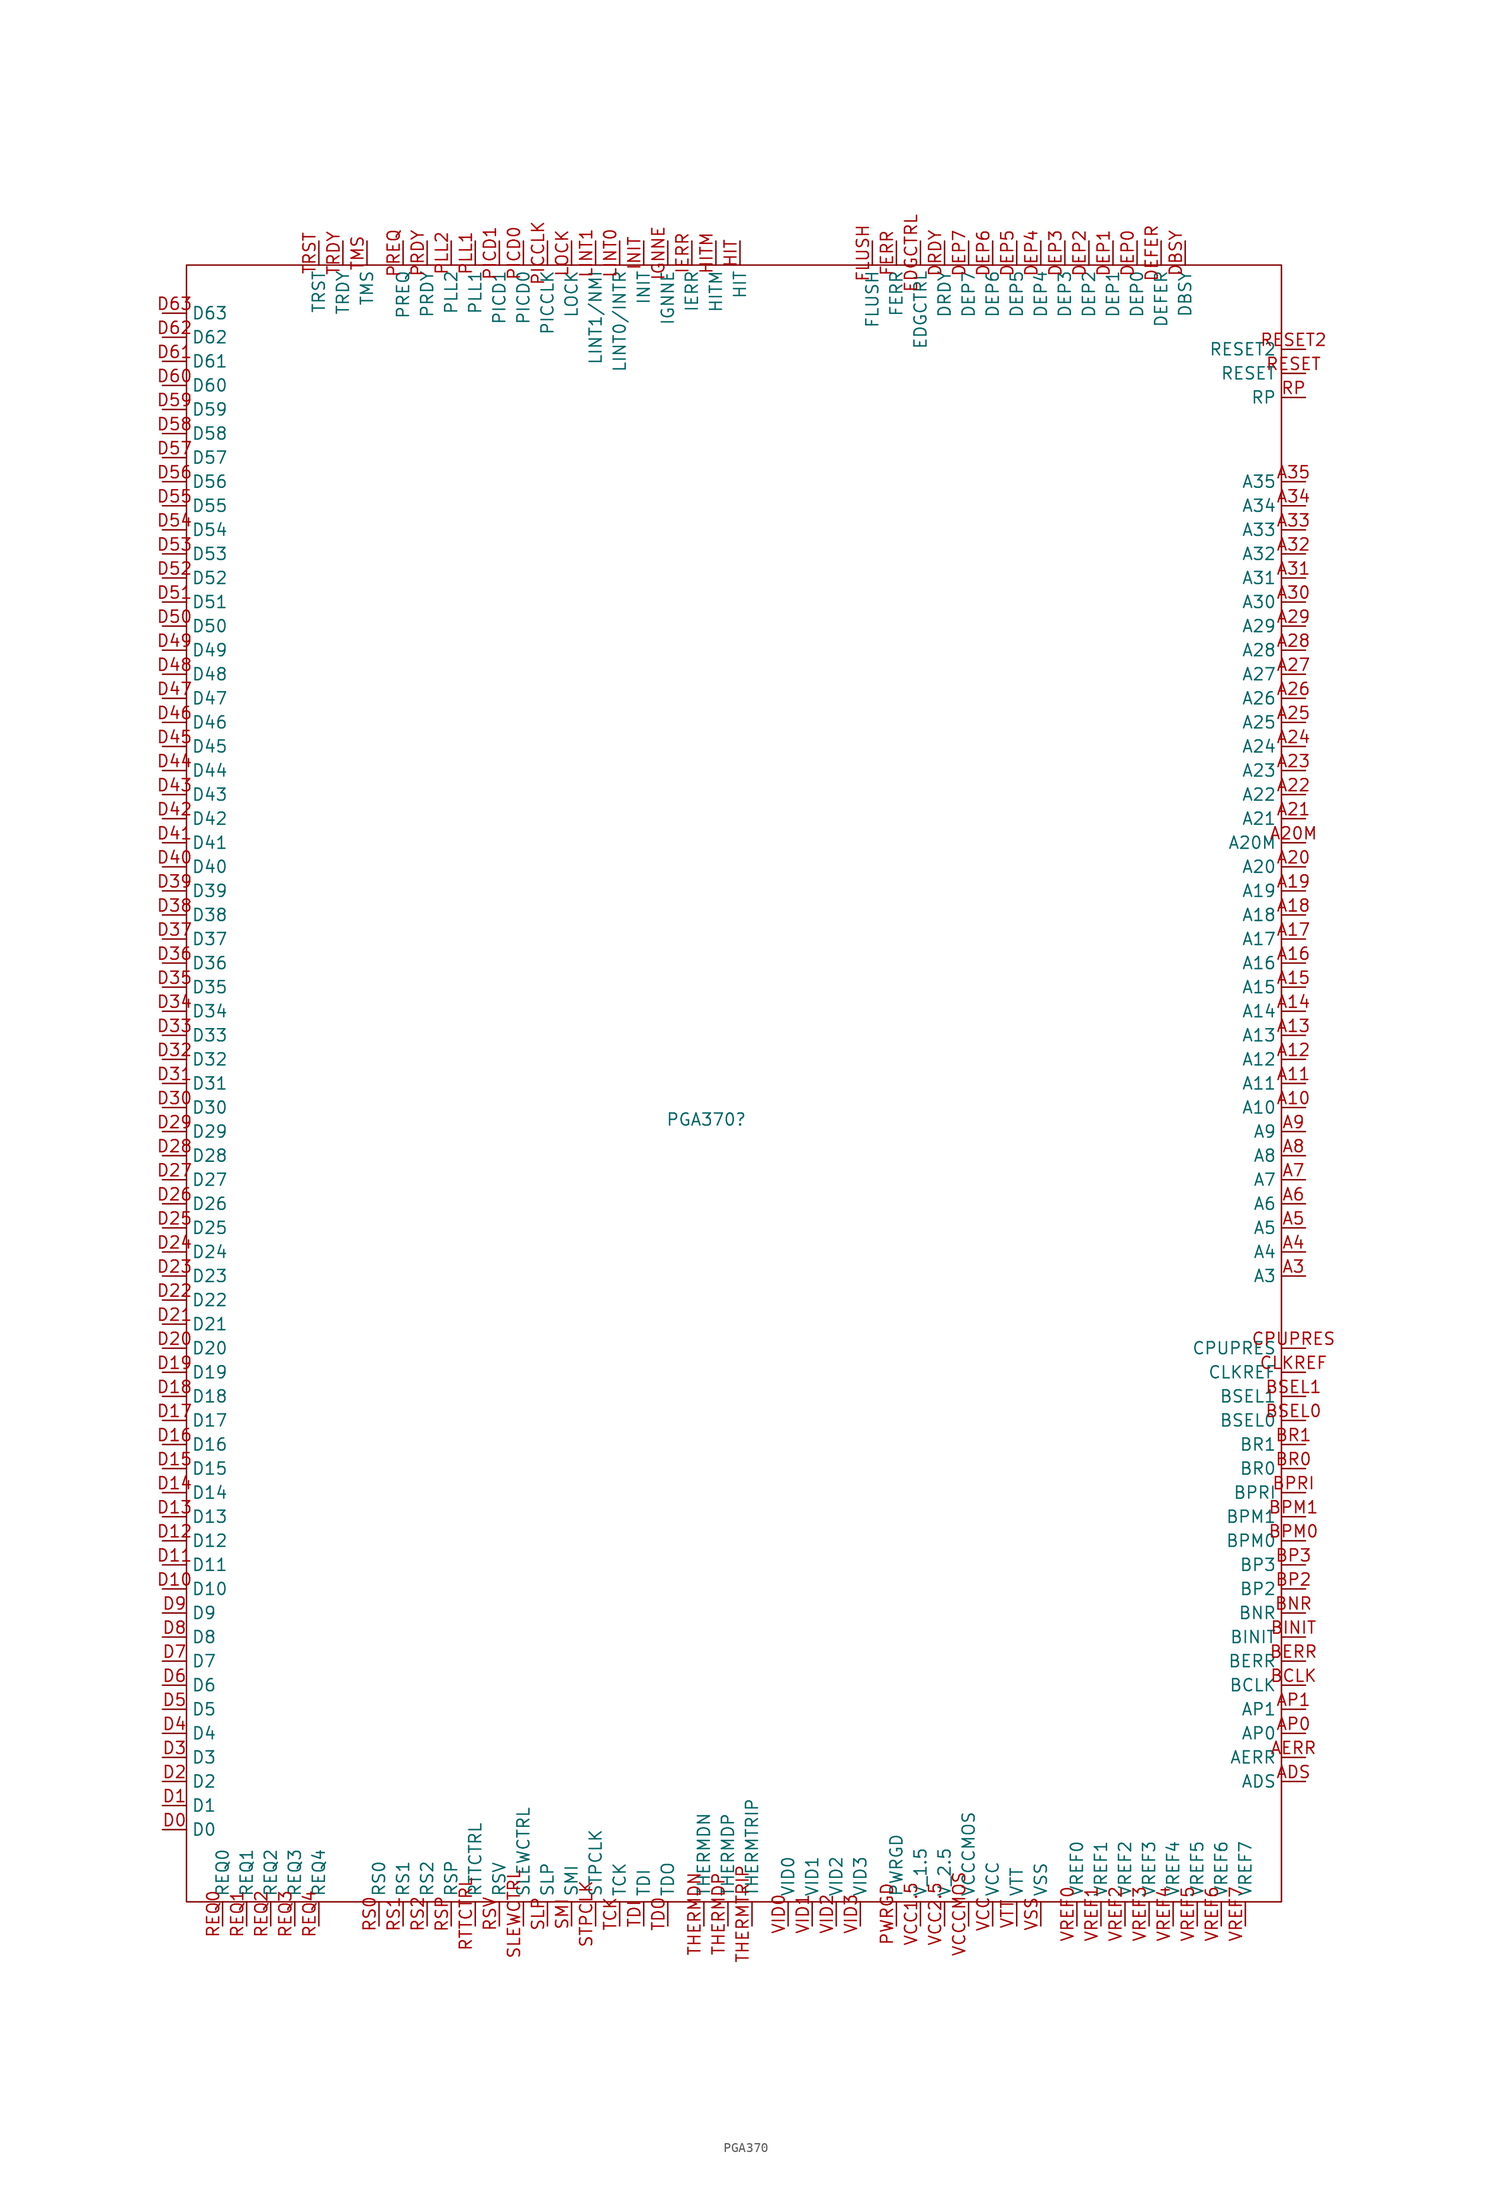
<source format=kicad_sym>
(kicad_symbol_lib
  (version 20231120)
  (generator "kicad_symbol_editor")
  (generator_version "8.0")
  (symbol "PGA370"
    (property "Reference" "PGA370"
      (at -26.416 11.43 0)
      (effects (font (size 1.27 1.27))))
    (property "Value" ""
      (at 19.685 27.305 90)
      (effects (font (size 1.27 1.27))))
    (symbol "PGA370_0_1"
      (rectangle (start -81.28 101.6) (end 34.29 -71.12) (stroke (width 0) (type default)) (fill (type none))))
    (symbol "PGA370_1_1"
      (pin input line (at 36.83 12.7 180) (length 2.54) (name "A10" (effects (font (size 1.27 1.27)))) (number "A10" (effects (font (size 1.27 1.27)))))
      (pin input line (at 36.83 15.24 180) (length 2.54) (name "A11" (effects (font (size 1.27 1.27)))) (number "A11" (effects (font (size 1.27 1.27)))))
      (pin input line (at 36.83 17.78 180) (length 2.54) (name "A12" (effects (font (size 1.27 1.27)))) (number "A12" (effects (font (size 1.27 1.27)))))
      (pin input line (at 36.83 20.32 180) (length 2.54) (name "A13" (effects (font (size 1.27 1.27)))) (number "A13" (effects (font (size 1.27 1.27)))))
      (pin input line (at 36.83 22.86 180) (length 2.54) (name "A14" (effects (font (size 1.27 1.27)))) (number "A14" (effects (font (size 1.27 1.27)))))
      (pin input line (at 36.83 25.4 180) (length 2.54) (name "A15" (effects (font (size 1.27 1.27)))) (number "A15" (effects (font (size 1.27 1.27)))))
      (pin input line (at 36.83 27.94 180) (length 2.54) (name "A16" (effects (font (size 1.27 1.27)))) (number "A16" (effects (font (size 1.27 1.27)))))
      (pin input line (at 36.83 30.48 180) (length 2.54) (name "A17" (effects (font (size 1.27 1.27)))) (number "A17" (effects (font (size 1.27 1.27)))))
      (pin input line (at 36.83 33.02 180) (length 2.54) (name "A18" (effects (font (size 1.27 1.27)))) (number "A18" (effects (font (size 1.27 1.27)))))
      (pin input line (at 36.83 35.56 180) (length 2.54) (name "A19" (effects (font (size 1.27 1.27)))) (number "A19" (effects (font (size 1.27 1.27)))))
      (pin input line (at 36.83 38.1 180) (length 2.54) (name "A20" (effects (font (size 1.27 1.27)))) (number "A20" (effects (font (size 1.27 1.27)))))
      (pin input line (at 36.83 40.64 180) (length 2.54) (name "A20M" (effects (font (size 1.27 1.27)))) (number "A20M" (effects (font (size 1.27 1.27)))))
      (pin input line (at 36.83 43.18 180) (length 2.54) (name "A21" (effects (font (size 1.27 1.27)))) (number "A21" (effects (font (size 1.27 1.27)))))
      (pin input line (at 36.83 45.72 180) (length 2.54) (name "A22" (effects (font (size 1.27 1.27)))) (number "A22" (effects (font (size 1.27 1.27)))))
      (pin input line (at 36.83 48.26 180) (length 2.54) (name "A23" (effects (font (size 1.27 1.27)))) (number "A23" (effects (font (size 1.27 1.27)))))
      (pin input line (at 36.83 50.8 180) (length 2.54) (name "A24" (effects (font (size 1.27 1.27)))) (number "A24" (effects (font (size 1.27 1.27)))))
      (pin input line (at 36.83 53.34 180) (length 2.54) (name "A25" (effects (font (size 1.27 1.27)))) (number "A25" (effects (font (size 1.27 1.27)))))
      (pin input line (at 36.83 55.88 180) (length 2.54) (name "A26" (effects (font (size 1.27 1.27)))) (number "A26" (effects (font (size 1.27 1.27)))))
      (pin input line (at 36.83 58.42 180) (length 2.54) (name "A27" (effects (font (size 1.27 1.27)))) (number "A27" (effects (font (size 1.27 1.27)))))
      (pin input line (at 36.83 60.96 180) (length 2.54) (name "A28" (effects (font (size 1.27 1.27)))) (number "A28" (effects (font (size 1.27 1.27)))))
      (pin input line (at 36.83 63.5 180) (length 2.54) (name "A29" (effects (font (size 1.27 1.27)))) (number "A29" (effects (font (size 1.27 1.27)))))
      (pin input line (at 36.83 -5.08 180) (length 2.54) (name "A3" (effects (font (size 1.27 1.27)))) (number "A3" (effects (font (size 1.27 1.27)))))
      (pin input line (at 36.83 66.04 180) (length 2.54) (name "A30" (effects (font (size 1.27 1.27)))) (number "A30" (effects (font (size 1.27 1.27)))))
      (pin input line (at 36.83 68.58 180) (length 2.54) (name "A31" (effects (font (size 1.27 1.27)))) (number "A31" (effects (font (size 1.27 1.27)))))
      (pin input line (at 36.83 71.12 180) (length 2.54) (name "A32" (effects (font (size 1.27 1.27)))) (number "A32" (effects (font (size 1.27 1.27)))))
      (pin input line (at 36.83 73.66 180) (length 2.54) (name "A33" (effects (font (size 1.27 1.27)))) (number "A33" (effects (font (size 1.27 1.27)))))
      (pin input line (at 36.83 76.2 180) (length 2.54) (name "A34" (effects (font (size 1.27 1.27)))) (number "A34" (effects (font (size 1.27 1.27)))))
      (pin input line (at 36.83 78.74 180) (length 2.54) (name "A35" (effects (font (size 1.27 1.27)))) (number "A35" (effects (font (size 1.27 1.27)))))
      (pin input line (at 36.83 -2.54 180) (length 2.54) (name "A4" (effects (font (size 1.27 1.27)))) (number "A4" (effects (font (size 1.27 1.27)))))
      (pin input line (at 36.83 0 180) (length 2.54) (name "A5" (effects (font (size 1.27 1.27)))) (number "A5" (effects (font (size 1.27 1.27)))))
      (pin input line (at 36.83 2.54 180) (length 2.54) (name "A6" (effects (font (size 1.27 1.27)))) (number "A6" (effects (font (size 1.27 1.27)))))
      (pin input line (at 36.83 5.08 180) (length 2.54) (name "A7" (effects (font (size 1.27 1.27)))) (number "A7" (effects (font (size 1.27 1.27)))))
      (pin input line (at 36.83 7.62 180) (length 2.54) (name "A8" (effects (font (size 1.27 1.27)))) (number "A8" (effects (font (size 1.27 1.27)))))
      (pin input line (at 36.83 10.16 180) (length 2.54) (name "A9" (effects (font (size 1.27 1.27)))) (number "A9" (effects (font (size 1.27 1.27)))))
      (pin input line (at 36.83 -58.42 180) (length 2.54) (name "ADS" (effects (font (size 1.27 1.27)))) (number "ADS" (effects (font (size 1.27 1.27)))))
      (pin input line (at 36.83 -55.88 180) (length 2.54) (name "AERR" (effects (font (size 1.27 1.27)))) (number "AERR" (effects (font (size 1.27 1.27)))))
      (pin input line (at 36.83 -53.34 180) (length 2.54) (name "AP0" (effects (font (size 1.27 1.27)))) (number "AP0" (effects (font (size 1.27 1.27)))))
      (pin input line (at 36.83 -50.8 180) (length 2.54) (name "AP1" (effects (font (size 1.27 1.27)))) (number "AP1" (effects (font (size 1.27 1.27)))))
      (pin input line (at 36.83 -48.26 180) (length 2.54) (name "BCLK" (effects (font (size 1.27 1.27)))) (number "BCLK" (effects (font (size 1.27 1.27)))))
      (pin input line (at 36.83 -45.72 180) (length 2.54) (name "BERR" (effects (font (size 1.27 1.27)))) (number "BERR" (effects (font (size 1.27 1.27)))))
      (pin input line (at 36.83 -43.18 180) (length 2.54) (name "BINIT" (effects (font (size 1.27 1.27)))) (number "BINIT" (effects (font (size 1.27 1.27)))))
      (pin input line (at 36.83 -40.64 180) (length 2.54) (name "BNR" (effects (font (size 1.27 1.27)))) (number "BNR" (effects (font (size 1.27 1.27)))))
      (pin input line (at 36.83 -38.1 180) (length 2.54) (name "BP2" (effects (font (size 1.27 1.27)))) (number "BP2" (effects (font (size 1.27 1.27)))))
      (pin input line (at 36.83 -35.56 180) (length 2.54) (name "BP3" (effects (font (size 1.27 1.27)))) (number "BP3" (effects (font (size 1.27 1.27)))))
      (pin input line (at 36.83 -33.02 180) (length 2.54) (name "BPM0" (effects (font (size 1.27 1.27)))) (number "BPM0" (effects (font (size 1.27 1.27)))))
      (pin input line (at 36.83 -30.48 180) (length 2.54) (name "BPM1" (effects (font (size 1.27 1.27)))) (number "BPM1" (effects (font (size 1.27 1.27)))))
      (pin input line (at 36.83 -27.94 180) (length 2.54) (name "BPRI" (effects (font (size 1.27 1.27)))) (number "BPRI" (effects (font (size 1.27 1.27)))))
      (pin input line (at 36.83 -25.4 180) (length 2.54) (name "BR0" (effects (font (size 1.27 1.27)))) (number "BR0" (effects (font (size 1.27 1.27)))))
      (pin input line (at 36.83 -22.86 180) (length 2.54) (name "BR1" (effects (font (size 1.27 1.27)))) (number "BR1" (effects (font (size 1.27 1.27)))))
      (pin input line (at 36.83 -20.32 180) (length 2.54) (name "BSEL0" (effects (font (size 1.27 1.27)))) (number "BSEL0" (effects (font (size 1.27 1.27)))))
      (pin input line (at 36.83 -17.78 180) (length 2.54) (name "BSEL1" (effects (font (size 1.27 1.27)))) (number "BSEL1" (effects (font (size 1.27 1.27)))))
      (pin input line (at 36.83 -15.24 180) (length 2.54) (name "CLKREF" (effects (font (size 1.27 1.27)))) (number "CLKREF" (effects (font (size 1.27 1.27)))))
      (pin input line (at 36.83 -12.7 180) (length 2.54) (name "CPUPRES" (effects (font (size 1.27 1.27)))) (number "CPUPRES" (effects (font (size 1.27 1.27)))))
      (pin input line (at -83.82 -63.5 0) (length 2.54) (name "D0" (effects (font (size 1.27 1.27)))) (number "D0" (effects (font (size 1.27 1.27)))))
      (pin input line (at -83.82 -60.96 0) (length 2.54) (name "D1" (effects (font (size 1.27 1.27)))) (number "D1" (effects (font (size 1.27 1.27)))))
      (pin input line (at -83.82 -38.1 0) (length 2.54) (name "D10" (effects (font (size 1.27 1.27)))) (number "D10" (effects (font (size 1.27 1.27)))))
      (pin input line (at -83.82 -35.56 0) (length 2.54) (name "D11" (effects (font (size 1.27 1.27)))) (number "D11" (effects (font (size 1.27 1.27)))))
      (pin input line (at -83.82 -33.02 0) (length 2.54) (name "D12" (effects (font (size 1.27 1.27)))) (number "D12" (effects (font (size 1.27 1.27)))))
      (pin input line (at -83.82 -30.48 0) (length 2.54) (name "D13" (effects (font (size 1.27 1.27)))) (number "D13" (effects (font (size 1.27 1.27)))))
      (pin input line (at -83.82 -27.94 0) (length 2.54) (name "D14" (effects (font (size 1.27 1.27)))) (number "D14" (effects (font (size 1.27 1.27)))))
      (pin input line (at -83.82 -25.4 0) (length 2.54) (name "D15" (effects (font (size 1.27 1.27)))) (number "D15" (effects (font (size 1.27 1.27)))))
      (pin input line (at -83.82 -22.86 0) (length 2.54) (name "D16" (effects (font (size 1.27 1.27)))) (number "D16" (effects (font (size 1.27 1.27)))))
      (pin input line (at -83.82 -20.32 0) (length 2.54) (name "D17" (effects (font (size 1.27 1.27)))) (number "D17" (effects (font (size 1.27 1.27)))))
      (pin input line (at -83.82 -17.78 0) (length 2.54) (name "D18" (effects (font (size 1.27 1.27)))) (number "D18" (effects (font (size 1.27 1.27)))))
      (pin input line (at -83.82 -15.24 0) (length 2.54) (name "D19" (effects (font (size 1.27 1.27)))) (number "D19" (effects (font (size 1.27 1.27)))))
      (pin input line (at -83.82 -58.42 0) (length 2.54) (name "D2" (effects (font (size 1.27 1.27)))) (number "D2" (effects (font (size 1.27 1.27)))))
      (pin input line (at -83.82 -12.7 0) (length 2.54) (name "D20" (effects (font (size 1.27 1.27)))) (number "D20" (effects (font (size 1.27 1.27)))))
      (pin input line (at -83.82 -10.16 0) (length 2.54) (name "D21" (effects (font (size 1.27 1.27)))) (number "D21" (effects (font (size 1.27 1.27)))))
      (pin input line (at -83.82 -7.62 0) (length 2.54) (name "D22" (effects (font (size 1.27 1.27)))) (number "D22" (effects (font (size 1.27 1.27)))))
      (pin input line (at -83.82 -5.08 0) (length 2.54) (name "D23" (effects (font (size 1.27 1.27)))) (number "D23" (effects (font (size 1.27 1.27)))))
      (pin input line (at -83.82 -2.54 0) (length 2.54) (name "D24" (effects (font (size 1.27 1.27)))) (number "D24" (effects (font (size 1.27 1.27)))))
      (pin input line (at -83.82 0 0) (length 2.54) (name "D25" (effects (font (size 1.27 1.27)))) (number "D25" (effects (font (size 1.27 1.27)))))
      (pin input line (at -83.82 2.54 0) (length 2.54) (name "D26" (effects (font (size 1.27 1.27)))) (number "D26" (effects (font (size 1.27 1.27)))))
      (pin input line (at -83.82 5.08 0) (length 2.54) (name "D27" (effects (font (size 1.27 1.27)))) (number "D27" (effects (font (size 1.27 1.27)))))
      (pin input line (at -83.82 7.62 0) (length 2.54) (name "D28" (effects (font (size 1.27 1.27)))) (number "D28" (effects (font (size 1.27 1.27)))))
      (pin input line (at -83.82 10.16 0) (length 2.54) (name "D29" (effects (font (size 1.27 1.27)))) (number "D29" (effects (font (size 1.27 1.27)))))
      (pin input line (at -83.82 -55.88 0) (length 2.54) (name "D3" (effects (font (size 1.27 1.27)))) (number "D3" (effects (font (size 1.27 1.27)))))
      (pin input line (at -83.82 12.7 0) (length 2.54) (name "D30" (effects (font (size 1.27 1.27)))) (number "D30" (effects (font (size 1.27 1.27)))))
      (pin input line (at -83.82 15.24 0) (length 2.54) (name "D31" (effects (font (size 1.27 1.27)))) (number "D31" (effects (font (size 1.27 1.27)))))
      (pin input line (at -83.82 17.78 0) (length 2.54) (name "D32" (effects (font (size 1.27 1.27)))) (number "D32" (effects (font (size 1.27 1.27)))))
      (pin input line (at -83.82 20.32 0) (length 2.54) (name "D33" (effects (font (size 1.27 1.27)))) (number "D33" (effects (font (size 1.27 1.27)))))
      (pin input line (at -83.82 22.86 0) (length 2.54) (name "D34" (effects (font (size 1.27 1.27)))) (number "D34" (effects (font (size 1.27 1.27)))))
      (pin input line (at -83.82 25.4 0) (length 2.54) (name "D35" (effects (font (size 1.27 1.27)))) (number "D35" (effects (font (size 1.27 1.27)))))
      (pin input line (at -83.82 27.94 0) (length 2.54) (name "D36" (effects (font (size 1.27 1.27)))) (number "D36" (effects (font (size 1.27 1.27)))))
      (pin input line (at -83.82 30.48 0) (length 2.54) (name "D37" (effects (font (size 1.27 1.27)))) (number "D37" (effects (font (size 1.27 1.27)))))
      (pin input line (at -83.82 33.02 0) (length 2.54) (name "D38" (effects (font (size 1.27 1.27)))) (number "D38" (effects (font (size 1.27 1.27)))))
      (pin input line (at -83.82 35.56 0) (length 2.54) (name "D39" (effects (font (size 1.27 1.27)))) (number "D39" (effects (font (size 1.27 1.27)))))
      (pin input line (at -83.82 -53.34 0) (length 2.54) (name "D4" (effects (font (size 1.27 1.27)))) (number "D4" (effects (font (size 1.27 1.27)))))
      (pin input line (at -83.82 38.1 0) (length 2.54) (name "D40" (effects (font (size 1.27 1.27)))) (number "D40" (effects (font (size 1.27 1.27)))))
      (pin input line (at -83.82 40.64 0) (length 2.54) (name "D41" (effects (font (size 1.27 1.27)))) (number "D41" (effects (font (size 1.27 1.27)))))
      (pin input line (at -83.82 43.18 0) (length 2.54) (name "D42" (effects (font (size 1.27 1.27)))) (number "D42" (effects (font (size 1.27 1.27)))))
      (pin input line (at -83.82 45.72 0) (length 2.54) (name "D43" (effects (font (size 1.27 1.27)))) (number "D43" (effects (font (size 1.27 1.27)))))
      (pin input line (at -83.82 48.26 0) (length 2.54) (name "D44" (effects (font (size 1.27 1.27)))) (number "D44" (effects (font (size 1.27 1.27)))))
      (pin input line (at -83.82 50.8 0) (length 2.54) (name "D45" (effects (font (size 1.27 1.27)))) (number "D45" (effects (font (size 1.27 1.27)))))
      (pin input line (at -83.82 53.34 0) (length 2.54) (name "D46" (effects (font (size 1.27 1.27)))) (number "D46" (effects (font (size 1.27 1.27)))))
      (pin input line (at -83.82 55.88 0) (length 2.54) (name "D47" (effects (font (size 1.27 1.27)))) (number "D47" (effects (font (size 1.27 1.27)))))
      (pin input line (at -83.82 58.42 0) (length 2.54) (name "D48" (effects (font (size 1.27 1.27)))) (number "D48" (effects (font (size 1.27 1.27)))))
      (pin input line (at -83.82 60.96 0) (length 2.54) (name "D49" (effects (font (size 1.27 1.27)))) (number "D49" (effects (font (size 1.27 1.27)))))
      (pin input line (at -83.82 -50.8 0) (length 2.54) (name "D5" (effects (font (size 1.27 1.27)))) (number "D5" (effects (font (size 1.27 1.27)))))
      (pin input line (at -83.82 63.5 0) (length 2.54) (name "D50" (effects (font (size 1.27 1.27)))) (number "D50" (effects (font (size 1.27 1.27)))))
      (pin input line (at -83.82 66.04 0) (length 2.54) (name "D51" (effects (font (size 1.27 1.27)))) (number "D51" (effects (font (size 1.27 1.27)))))
      (pin input line (at -83.82 68.58 0) (length 2.54) (name "D52" (effects (font (size 1.27 1.27)))) (number "D52" (effects (font (size 1.27 1.27)))))
      (pin input line (at -83.82 71.12 0) (length 2.54) (name "D53" (effects (font (size 1.27 1.27)))) (number "D53" (effects (font (size 1.27 1.27)))))
      (pin input line (at -83.82 73.66 0) (length 2.54) (name "D54" (effects (font (size 1.27 1.27)))) (number "D54" (effects (font (size 1.27 1.27)))))
      (pin input line (at -83.82 76.2 0) (length 2.54) (name "D55" (effects (font (size 1.27 1.27)))) (number "D55" (effects (font (size 1.27 1.27)))))
      (pin input line (at -83.82 78.74 0) (length 2.54) (name "D56" (effects (font (size 1.27 1.27)))) (number "D56" (effects (font (size 1.27 1.27)))))
      (pin input line (at -83.82 81.28 0) (length 2.54) (name "D57" (effects (font (size 1.27 1.27)))) (number "D57" (effects (font (size 1.27 1.27)))))
      (pin input line (at -83.82 83.82 0) (length 2.54) (name "D58" (effects (font (size 1.27 1.27)))) (number "D58" (effects (font (size 1.27 1.27)))))
      (pin input line (at -83.82 86.36 0) (length 2.54) (name "D59" (effects (font (size 1.27 1.27)))) (number "D59" (effects (font (size 1.27 1.27)))))
      (pin input line (at -83.82 -48.26 0) (length 2.54) (name "D6" (effects (font (size 1.27 1.27)))) (number "D6" (effects (font (size 1.27 1.27)))))
      (pin input line (at -83.82 88.9 0) (length 2.54) (name "D60" (effects (font (size 1.27 1.27)))) (number "D60" (effects (font (size 1.27 1.27)))))
      (pin input line (at -83.82 91.44 0) (length 2.54) (name "D61" (effects (font (size 1.27 1.27)))) (number "D61" (effects (font (size 1.27 1.27)))))
      (pin input line (at -83.82 93.98 0) (length 2.54) (name "D62" (effects (font (size 1.27 1.27)))) (number "D62" (effects (font (size 1.27 1.27)))))
      (pin input line (at -83.82 96.52 0) (length 2.54) (name "D63" (effects (font (size 1.27 1.27)))) (number "D63" (effects (font (size 1.27 1.27)))))
      (pin input line (at -83.82 -45.72 0) (length 2.54) (name "D7" (effects (font (size 1.27 1.27)))) (number "D7" (effects (font (size 1.27 1.27)))))
      (pin input line (at -83.82 -43.18 0) (length 2.54) (name "D8" (effects (font (size 1.27 1.27)))) (number "D8" (effects (font (size 1.27 1.27)))))
      (pin input line (at -83.82 -40.64 0) (length 2.54) (name "D9" (effects (font (size 1.27 1.27)))) (number "D9" (effects (font (size 1.27 1.27)))))
      (pin input line (at 24.13 104.14 270) (length 2.54) (name "DBSY" (effects (font (size 1.27 1.27)))) (number "DBSY" (effects (font (size 1.27 1.27)))))
      (pin input line (at 21.59 104.14 270) (length 2.54) (name "DEFER" (effects (font (size 1.27 1.27)))) (number "DEFER" (effects (font (size 1.27 1.27)))))
      (pin input line (at 19.05 104.14 270) (length 2.54) (name "DEP0" (effects (font (size 1.27 1.27)))) (number "DEP0" (effects (font (size 1.27 1.27)))))
      (pin input line (at 16.51 104.14 270) (length 2.54) (name "DEP1" (effects (font (size 1.27 1.27)))) (number "DEP1" (effects (font (size 1.27 1.27)))))
      (pin input line (at 13.97 104.14 270) (length 2.54) (name "DEP2" (effects (font (size 1.27 1.27)))) (number "DEP2" (effects (font (size 1.27 1.27)))))
      (pin input line (at 11.43 104.14 270) (length 2.54) (name "DEP3" (effects (font (size 1.27 1.27)))) (number "DEP3" (effects (font (size 1.27 1.27)))))
      (pin input line (at 8.89 104.14 270) (length 2.54) (name "DEP4" (effects (font (size 1.27 1.27)))) (number "DEP4" (effects (font (size 1.27 1.27)))))
      (pin input line (at 6.35 104.14 270) (length 2.54) (name "DEP5" (effects (font (size 1.27 1.27)))) (number "DEP5" (effects (font (size 1.27 1.27)))))
      (pin input line (at 3.81 104.14 270) (length 2.54) (name "DEP6" (effects (font (size 1.27 1.27)))) (number "DEP6" (effects (font (size 1.27 1.27)))))
      (pin input line (at 1.27 104.14 270) (length 2.54) (name "DEP7" (effects (font (size 1.27 1.27)))) (number "DEP7" (effects (font (size 1.27 1.27)))))
      (pin input line (at -1.27 104.14 270) (length 2.54) (name "DRDY" (effects (font (size 1.27 1.27)))) (number "DRDY" (effects (font (size 1.27 1.27)))))
      (pin input line (at -3.81 104.14 270) (length 2.54) (name "EDGCTRL" (effects (font (size 1.27 1.27)))) (number "EDGCTRL" (effects (font (size 1.27 1.27)))))
      (pin input line (at -6.35 104.14 270) (length 2.54) (name "FERR" (effects (font (size 1.27 1.27)))) (number "FERR" (effects (font (size 1.27 1.27)))))
      (pin input line (at -8.89 104.14 270) (length 2.54) (name "FLUSH" (effects (font (size 1.27 1.27)))) (number "FLUSH" (effects (font (size 1.27 1.27)))))
      (pin input line (at -22.86 104.14 270) (length 2.54) (name "HIT" (effects (font (size 1.27 1.27)))) (number "HIT" (effects (font (size 1.27 1.27)))))
      (pin input line (at -25.4 104.14 270) (length 2.54) (name "HITM" (effects (font (size 1.27 1.27)))) (number "HITM" (effects (font (size 1.27 1.27)))))
      (pin input line (at -27.94 104.14 270) (length 2.54) (name "IERR" (effects (font (size 1.27 1.27)))) (number "IERR" (effects (font (size 1.27 1.27)))))
      (pin input line (at -30.48 104.14 270) (length 2.54) (name "IGNNE" (effects (font (size 1.27 1.27)))) (number "IGNNE" (effects (font (size 1.27 1.27)))))
      (pin input line (at -33.02 104.14 270) (length 2.54) (name "INIT" (effects (font (size 1.27 1.27)))) (number "INIT" (effects (font (size 1.27 1.27)))))
      (pin input line (at -35.56 104.14 270) (length 2.54) (name "LINT0/INTR" (effects (font (size 1.27 1.27)))) (number "LINT0" (effects (font (size 1.27 1.27)))))
      (pin input line (at -38.1 104.14 270) (length 2.54) (name "LINT1/NMI" (effects (font (size 1.27 1.27)))) (number "LINT1" (effects (font (size 1.27 1.27)))))
      (pin input line (at -40.64 104.14 270) (length 2.54) (name "LOCK" (effects (font (size 1.27 1.27)))) (number "LOCK" (effects (font (size 1.27 1.27)))))
      (pin input line (at -43.18 104.14 270) (length 2.54) (name "PICCLK" (effects (font (size 1.27 1.27)))) (number "PICCLK" (effects (font (size 1.27 1.27)))))
      (pin input line (at -45.72 104.14 270) (length 2.54) (name "PICD0" (effects (font (size 1.27 1.27)))) (number "PICD0" (effects (font (size 1.27 1.27)))))
      (pin input line (at -48.26 104.14 270) (length 2.54) (name "PICD1" (effects (font (size 1.27 1.27)))) (number "PICD1" (effects (font (size 1.27 1.27)))))
      (pin input line (at -50.8 104.14 270) (length 2.54) (name "PLL1" (effects (font (size 1.27 1.27)))) (number "PLL1" (effects (font (size 1.27 1.27)))))
      (pin input line (at -53.34 104.14 270) (length 2.54) (name "PLL2" (effects (font (size 1.27 1.27)))) (number "PLL2" (effects (font (size 1.27 1.27)))))
      (pin input line (at -55.88 104.14 270) (length 2.54) (name "PRDY" (effects (font (size 1.27 1.27)))) (number "PRDY" (effects (font (size 1.27 1.27)))))
      (pin input line (at -58.42 104.14 270) (length 2.54) (name "PREQ" (effects (font (size 1.27 1.27)))) (number "PREQ" (effects (font (size 1.27 1.27)))))
      (pin input line (at -6.35 -73.66 90) (length 2.54) (name "PWRGD" (effects (font (size 1.27 1.27)))) (number "PWRGD" (effects (font (size 1.27 1.27)))))
      (pin input line (at -77.47 -73.66 90) (length 2.54) (name "REQ0" (effects (font (size 1.27 1.27)))) (number "REQ0" (effects (font (size 1.27 1.27)))))
      (pin input line (at -74.93 -73.66 90) (length 2.54) (name "REQ1" (effects (font (size 1.27 1.27)))) (number "REQ1" (effects (font (size 1.27 1.27)))))
      (pin input line (at -72.39 -73.66 90) (length 2.54) (name "REQ2" (effects (font (size 1.27 1.27)))) (number "REQ2" (effects (font (size 1.27 1.27)))))
      (pin input line (at -69.85 -73.66 90) (length 2.54) (name "REQ3" (effects (font (size 1.27 1.27)))) (number "REQ3" (effects (font (size 1.27 1.27)))))
      (pin input line (at -67.31 -73.66 90) (length 2.54) (name "REQ4" (effects (font (size 1.27 1.27)))) (number "REQ4" (effects (font (size 1.27 1.27)))))
      (pin input line (at 36.83 90.17 180) (length 2.54) (name "RESET" (effects (font (size 1.27 1.27)))) (number "RESET" (effects (font (size 1.27 1.27)))))
      (pin input line (at 36.83 92.71 180) (length 2.54) (name "RESET2" (effects (font (size 1.27 1.27)))) (number "RESET2" (effects (font (size 1.27 1.27)))))
      (pin input line (at 36.83 87.63 180) (length 2.54) (name "RP" (effects (font (size 1.27 1.27)))) (number "RP" (effects (font (size 1.27 1.27)))))
      (pin input line (at -60.96 -73.66 90) (length 2.54) (name "RS0" (effects (font (size 1.27 1.27)))) (number "RS0" (effects (font (size 1.27 1.27)))))
      (pin input line (at -58.42 -73.66 90) (length 2.54) (name "RS1" (effects (font (size 1.27 1.27)))) (number "RS1" (effects (font (size 1.27 1.27)))))
      (pin input line (at -55.88 -73.66 90) (length 2.54) (name "RS2" (effects (font (size 1.27 1.27)))) (number "RS2" (effects (font (size 1.27 1.27)))))
      (pin input line (at -53.34 -73.66 90) (length 2.54) (name "RSP" (effects (font (size 1.27 1.27)))) (number "RSP" (effects (font (size 1.27 1.27)))))
      (pin input line (at -48.26 -73.66 90) (length 2.54) (name "RSV" (effects (font (size 1.27 1.27)))) (number "RSV" (effects (font (size 1.27 1.27)))))
      (pin input line (at -50.8 -73.66 90) (length 2.54) (name "RTTCTRL" (effects (font (size 1.27 1.27)))) (number "RTTCTRL" (effects (font (size 1.27 1.27)))))
      (pin input line (at -45.72 -73.66 90) (length 2.54) (name "SLEWCTRL" (effects (font (size 1.27 1.27)))) (number "SLEWCTRL" (effects (font (size 1.27 1.27)))))
      (pin input line (at -43.18 -73.66 90) (length 2.54) (name "SLP" (effects (font (size 1.27 1.27)))) (number "SLP" (effects (font (size 1.27 1.27)))))
      (pin input line (at -40.64 -73.66 90) (length 2.54) (name "SMI" (effects (font (size 1.27 1.27)))) (number "SMI" (effects (font (size 1.27 1.27)))))
      (pin input line (at -38.1 -73.66 90) (length 2.54) (name "STPCLK" (effects (font (size 1.27 1.27)))) (number "STPCLK" (effects (font (size 1.27 1.27)))))
      (pin input line (at -35.56 -73.66 90) (length 2.54) (name "TCK" (effects (font (size 1.27 1.27)))) (number "TCK" (effects (font (size 1.27 1.27)))))
      (pin input line (at -33.02 -73.66 90) (length 2.54) (name "TDI" (effects (font (size 1.27 1.27)))) (number "TDI" (effects (font (size 1.27 1.27)))))
      (pin input line (at -30.48 -73.66 90) (length 2.54) (name "TDO" (effects (font (size 1.27 1.27)))) (number "TDO" (effects (font (size 1.27 1.27)))))
      (pin input line (at -26.67 -73.66 90) (length 2.54) (name "THERMDN" (effects (font (size 1.27 1.27)))) (number "THERMDN" (effects (font (size 1.27 1.27)))))
      (pin input line (at -24.13 -73.66 90) (length 2.54) (name "THERMDP" (effects (font (size 1.27 1.27)))) (number "THERMDP" (effects (font (size 1.27 1.27)))))
      (pin input line (at -21.59 -73.66 90) (length 2.54) (name "THERMTRIP" (effects (font (size 1.27 1.27)))) (number "THERMTRIP" (effects (font (size 1.27 1.27)))))
      (pin input line (at -62.23 104.14 270) (length 2.54) (name "TMS" (effects (font (size 1.27 1.27)))) (number "TMS" (effects (font (size 1.27 1.27)))))
      (pin input line (at -64.77 104.14 270) (length 2.54) (name "TRDY" (effects (font (size 1.27 1.27)))) (number "TRDY" (effects (font (size 1.27 1.27)))))
      (pin input line (at -67.31 104.14 270) (length 2.54) (name "TRST" (effects (font (size 1.27 1.27)))) (number "TRST" (effects (font (size 1.27 1.27)))))
      (pin input line (at 3.81 -73.66 90) (length 2.54) (name "VCC" (effects (font (size 1.27 1.27)))) (number "VCC" (effects (font (size 1.27 1.27)))))
      (pin input line (at -3.81 -73.66 90) (length 2.54) (name "V_1.5" (effects (font (size 1.27 1.27)))) (number "VCC1.5" (effects (font (size 1.27 1.27)))))
      (pin input line (at -1.27 -73.66 90) (length 2.54) (name "V_2.5" (effects (font (size 1.27 1.27)))) (number "VCC2.5" (effects (font (size 1.27 1.27)))))
      (pin input line (at 1.27 -73.66 90) (length 2.54) (name "VCCCMOS" (effects (font (size 1.27 1.27)))) (number "VCCCMOS" (effects (font (size 1.27 1.27)))))
      (pin input line (at -17.78 -73.66 90) (length 2.54) (name "VID0" (effects (font (size 1.27 1.27)))) (number "VID0" (effects (font (size 1.27 1.27)))))
      (pin input line (at -15.24 -73.66 90) (length 2.54) (name "VID1" (effects (font (size 1.27 1.27)))) (number "VID1" (effects (font (size 1.27 1.27)))))
      (pin input line (at -12.7 -73.66 90) (length 2.54) (name "VID2" (effects (font (size 1.27 1.27)))) (number "VID2" (effects (font (size 1.27 1.27)))))
      (pin input line (at -10.16 -73.66 90) (length 2.54) (name "VID3" (effects (font (size 1.27 1.27)))) (number "VID3" (effects (font (size 1.27 1.27)))))
      (pin input line (at 12.7 -73.66 90) (length 2.54) (name "VREF0" (effects (font (size 1.27 1.27)))) (number "VREF0" (effects (font (size 1.27 1.27)))))
      (pin input line (at 15.24 -73.66 90) (length 2.54) (name "VREF1" (effects (font (size 1.27 1.27)))) (number "VREF1" (effects (font (size 1.27 1.27)))))
      (pin input line (at 17.78 -73.66 90) (length 2.54) (name "VREF2" (effects (font (size 1.27 1.27)))) (number "VREF2" (effects (font (size 1.27 1.27)))))
      (pin input line (at 20.32 -73.66 90) (length 2.54) (name "VREF3" (effects (font (size 1.27 1.27)))) (number "VREF3" (effects (font (size 1.27 1.27)))))
      (pin input line (at 22.86 -73.66 90) (length 2.54) (name "VREF4" (effects (font (size 1.27 1.27)))) (number "VREF4" (effects (font (size 1.27 1.27)))))
      (pin input line (at 25.4 -73.66 90) (length 2.54) (name "VREF5" (effects (font (size 1.27 1.27)))) (number "VREF5" (effects (font (size 1.27 1.27)))))
      (pin input line (at 27.94 -73.66 90) (length 2.54) (name "VREF6" (effects (font (size 1.27 1.27)))) (number "VREF6" (effects (font (size 1.27 1.27)))))
      (pin input line (at 30.48 -73.66 90) (length 2.54) (name "VREF7" (effects (font (size 1.27 1.27)))) (number "VREF7" (effects (font (size 1.27 1.27)))))
      (pin input line (at 8.89 -73.66 90) (length 2.54) (name "VSS" (effects (font (size 1.27 1.27)))) (number "VSS" (effects (font (size 1.27 1.27)))))
      (pin input line (at 6.35 -73.66 90) (length 2.54) (name "VTT" (effects (font (size 1.27 1.27)))) (number "VTT" (effects (font (size 1.27 1.27))))))))
</source>
